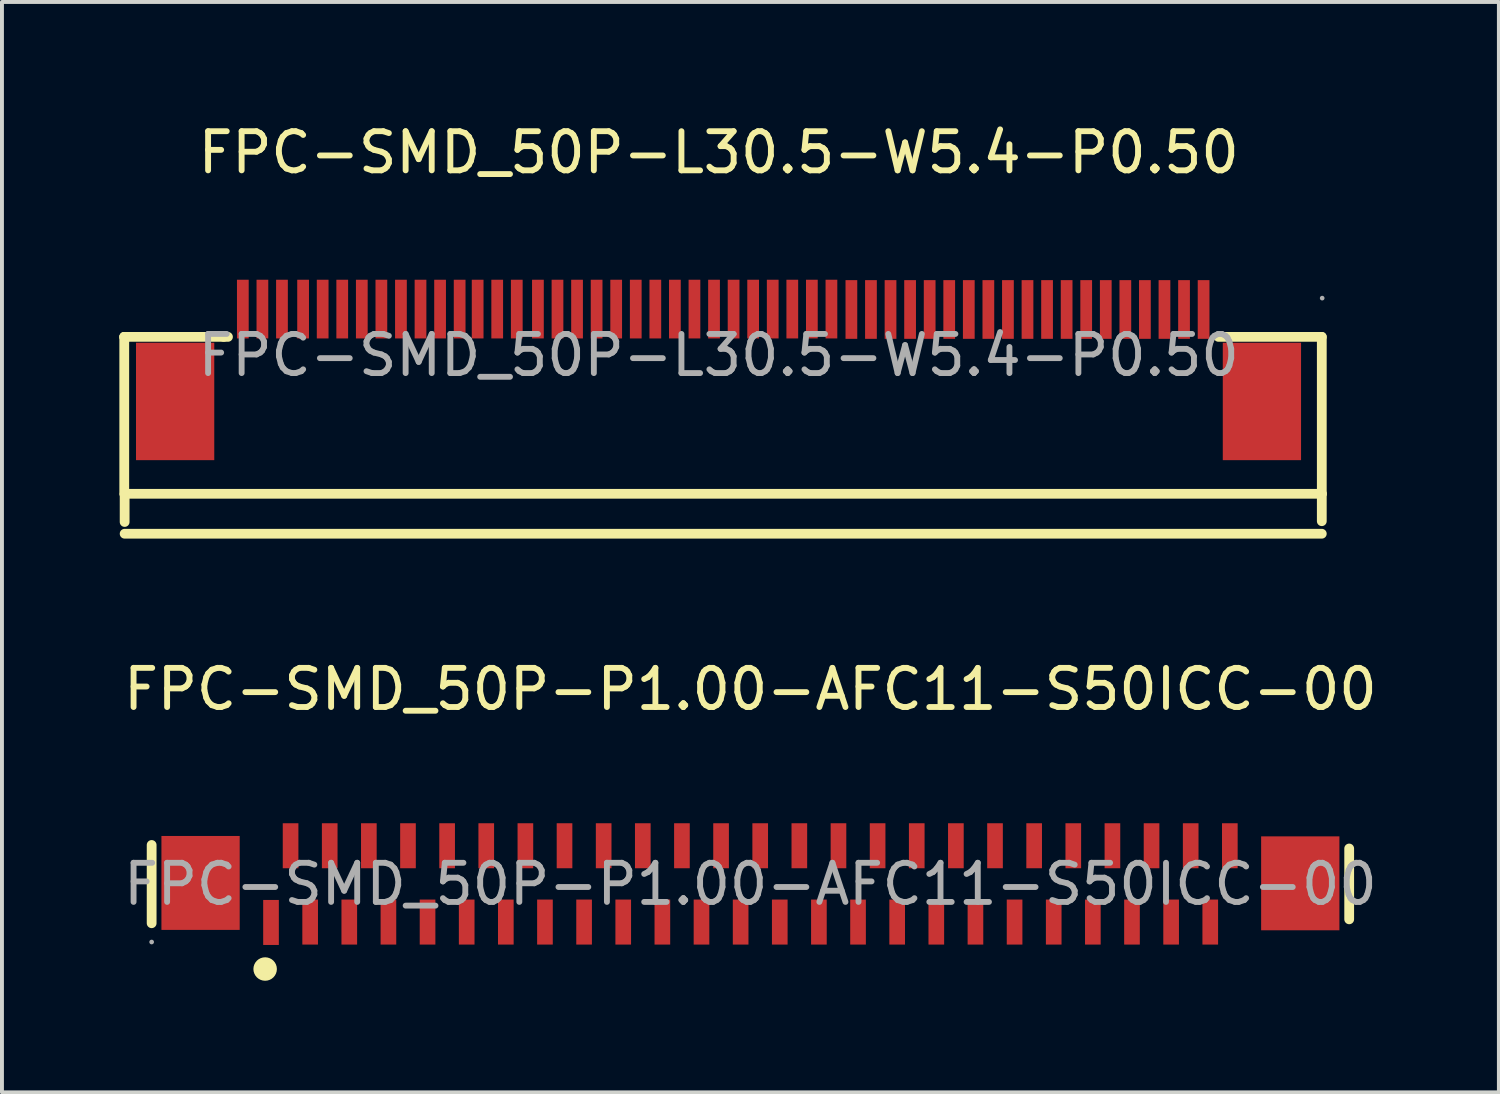
<source format=kicad_pcb>
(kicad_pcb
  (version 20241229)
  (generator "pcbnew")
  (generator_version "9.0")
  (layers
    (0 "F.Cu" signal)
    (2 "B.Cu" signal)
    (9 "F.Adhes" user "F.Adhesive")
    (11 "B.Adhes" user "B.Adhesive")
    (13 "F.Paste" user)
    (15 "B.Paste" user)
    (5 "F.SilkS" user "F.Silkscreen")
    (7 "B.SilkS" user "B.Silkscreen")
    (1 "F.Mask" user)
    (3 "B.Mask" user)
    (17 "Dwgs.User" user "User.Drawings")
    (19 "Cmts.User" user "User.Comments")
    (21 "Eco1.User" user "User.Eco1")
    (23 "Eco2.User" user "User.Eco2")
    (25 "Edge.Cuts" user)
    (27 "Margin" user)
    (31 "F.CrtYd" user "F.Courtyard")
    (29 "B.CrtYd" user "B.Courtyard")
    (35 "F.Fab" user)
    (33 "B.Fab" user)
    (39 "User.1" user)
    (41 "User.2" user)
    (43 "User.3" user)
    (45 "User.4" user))
  (footprint "FPC-SMD_50P-P1.00-AFC11-S50ICC-00"
    (layer "F.Cu")
    (at 16.125 19.541)
    (property "Reference" "FPC-SMD_50P-P1.00-AFC11-S50ICC-00" (at 0 -4.98 0) (layer "F.SilkS") (effects (font (size 1 1) (thickness 0.15))))
    (attr through_hole)
    (fp_line (start -15.3 -1) (end -15.3 1) (stroke (width 0.25) (type solid)) (layer "F.SilkS"))
    (fp_line (start 15.3 0.9) (end 15.3 -0.91) (stroke (width 0.25) (type solid)) (layer "F.SilkS"))
    (fp_arc (start -12.4 2.17) (mid -12.4 2.17) (end -12.4 2.17) (stroke (width 0.3) (type solid)) (layer "F.SilkS"))
    (fp_circle (center -15.3 1.48) (end -15.27 1.48) (stroke (width 0.06) (type solid)) (fill no) (layer "F.Fab"))
    (fp_text user "${REFERENCE}" (at 0 0 0) (layer "F.Fab") (effects (font (size 1 1) (thickness 0.15))))
    (pad "1" smd rect (at -12.25 0.98) (size 0.4 1.15) (layers "F.Cu" "F.Mask" "F.Paste"))
    (pad "2" smd rect (at -11.75 -0.98) (size 0.4 1.15) (layers "F.Cu" "F.Mask" "F.Paste"))
    (pad "3" smd rect (at -11.25 0.97) (size 0.4 1.15) (layers "F.Cu" "F.Mask" "F.Paste"))
    (pad "4" smd rect (at -10.75 -0.98) (size 0.4 1.15) (layers "F.Cu" "F.Mask" "F.Paste"))
    (pad "5" smd rect (at -10.25 0.97) (size 0.4 1.15) (layers "F.Cu" "F.Mask" "F.Paste"))
    (pad "6" smd rect (at -9.75 -0.98) (size 0.4 1.15) (layers "F.Cu" "F.Mask" "F.Paste"))
    (pad "7" smd rect (at -9.25 0.97) (size 0.4 1.15) (layers "F.Cu" "F.Mask" "F.Paste"))
    (pad "8" smd rect (at -8.75 -0.98) (size 0.4 1.15) (layers "F.Cu" "F.Mask" "F.Paste"))
    (pad "9" smd rect (at -8.25 0.97) (size 0.4 1.15) (layers "F.Cu" "F.Mask" "F.Paste"))
    (pad "10" smd rect (at -7.75 -0.98) (size 0.4 1.15) (layers "F.Cu" "F.Mask" "F.Paste"))
    (pad "11" smd rect (at -7.25 0.97) (size 0.4 1.15) (layers "F.Cu" "F.Mask" "F.Paste"))
    (pad "12" smd rect (at -6.75 -0.98) (size 0.4 1.15) (layers "F.Cu" "F.Mask" "F.Paste"))
    (pad "13" smd rect (at -6.25 0.97) (size 0.4 1.15) (layers "F.Cu" "F.Mask" "F.Paste"))
    (pad "14" smd rect (at -5.75 -0.98) (size 0.4 1.15) (layers "F.Cu" "F.Mask" "F.Paste"))
    (pad "15" smd rect (at -5.25 0.97) (size 0.4 1.15) (layers "F.Cu" "F.Mask" "F.Paste"))
    (pad "16" smd rect (at -4.75 -0.98) (size 0.4 1.15) (layers "F.Cu" "F.Mask" "F.Paste"))
    (pad "17" smd rect (at -4.25 0.97) (size 0.4 1.15) (layers "F.Cu" "F.Mask" "F.Paste"))
    (pad "18" smd rect (at -3.75 -0.98) (size 0.4 1.15) (layers "F.Cu" "F.Mask" "F.Paste"))
    (pad "19" smd rect (at -3.25 0.97) (size 0.4 1.15) (layers "F.Cu" "F.Mask" "F.Paste"))
    (pad "20" smd rect (at -2.75 -0.98) (size 0.4 1.15) (layers "F.Cu" "F.Mask" "F.Paste"))
    (pad "21" smd rect (at -2.25 0.97) (size 0.4 1.15) (layers "F.Cu" "F.Mask" "F.Paste"))
    (pad "22" smd rect (at -1.75 -0.98) (size 0.4 1.15) (layers "F.Cu" "F.Mask" "F.Paste"))
    (pad "23" smd rect (at -1.25 0.97) (size 0.4 1.15) (layers "F.Cu" "F.Mask" "F.Paste"))
    (pad "24" smd rect (at -0.75 -0.98) (size 0.4 1.15) (layers "F.Cu" "F.Mask" "F.Paste"))
    (pad "25" smd rect (at -0.25 0.97) (size 0.4 1.15) (layers "F.Cu" "F.Mask" "F.Paste"))
    (pad "26" smd rect (at 0.25 -0.98) (size 0.4 1.15) (layers "F.Cu" "F.Mask" "F.Paste"))
    (pad "27" smd rect (at 0.75 0.97) (size 0.4 1.15) (layers "F.Cu" "F.Mask" "F.Paste"))
    (pad "28" smd rect (at 1.25 -0.98) (size 0.4 1.15) (layers "F.Cu" "F.Mask" "F.Paste"))
    (pad "29" smd rect (at 1.75 0.97) (size 0.4 1.15) (layers "F.Cu" "F.Mask" "F.Paste"))
    (pad "30" smd rect (at 2.25 -0.98) (size 0.4 1.15) (layers "F.Cu" "F.Mask" "F.Paste"))
    (pad "31" smd rect (at 2.75 0.97) (size 0.4 1.15) (layers "F.Cu" "F.Mask" "F.Paste"))
    (pad "32" smd rect (at 3.25 -0.98) (size 0.4 1.15) (layers "F.Cu" "F.Mask" "F.Paste"))
    (pad "33" smd rect (at 3.75 0.97) (size 0.4 1.15) (layers "F.Cu" "F.Mask" "F.Paste"))
    (pad "34" smd rect (at 4.25 -0.98) (size 0.4 1.15) (layers "F.Cu" "F.Mask" "F.Paste"))
    (pad "35" smd rect (at 4.75 0.97) (size 0.4 1.15) (layers "F.Cu" "F.Mask" "F.Paste"))
    (pad "36" smd rect (at 5.25 -0.98) (size 0.4 1.15) (layers "F.Cu" "F.Mask" "F.Paste"))
    (pad "37" smd rect (at 5.75 0.97) (size 0.4 1.15) (layers "F.Cu" "F.Mask" "F.Paste"))
    (pad "38" smd rect (at 6.25 -0.98) (size 0.4 1.15) (layers "F.Cu" "F.Mask" "F.Paste"))
    (pad "39" smd rect (at 6.75 0.97) (size 0.4 1.15) (layers "F.Cu" "F.Mask" "F.Paste"))
    (pad "40" smd rect (at 7.25 -0.98) (size 0.4 1.15) (layers "F.Cu" "F.Mask" "F.Paste"))
    (pad "41" smd rect (at 7.75 0.97) (size 0.4 1.15) (layers "F.Cu" "F.Mask" "F.Paste"))
    (pad "42" smd rect (at 8.25 -0.98) (size 0.4 1.15) (layers "F.Cu" "F.Mask" "F.Paste"))
    (pad "43" smd rect (at 8.75 0.97) (size 0.4 1.15) (layers "F.Cu" "F.Mask" "F.Paste"))
    (pad "44" smd rect (at 9.25 -0.98) (size 0.4 1.15) (layers "F.Cu" "F.Mask" "F.Paste"))
    (pad "45" smd rect (at 9.75 0.97) (size 0.4 1.15) (layers "F.Cu" "F.Mask" "F.Paste"))
    (pad "46" smd rect (at 10.25 -0.98) (size 0.4 1.15) (layers "F.Cu" "F.Mask" "F.Paste"))
    (pad "47" smd rect (at 10.75 0.97) (size 0.4 1.15) (layers "F.Cu" "F.Mask" "F.Paste"))
    (pad "48" smd rect (at 11.25 -0.98) (size 0.4 1.15) (layers "F.Cu" "F.Mask" "F.Paste"))
    (pad "49" smd rect (at 11.75 0.97) (size 0.4 1.15) (layers "F.Cu" "F.Mask" "F.Paste"))
    (pad "50" smd rect (at 12.25 -0.98) (size 0.4 1.15) (layers "F.Cu" "F.Mask" "F.Paste"))
    (pad "51" smd rect (at 14.05 -0.02 90) (size 2.4 2) (layers "F.Cu" "F.Mask" "F.Paste"))
    (pad "52" smd rect (at -14.05 -0.03 90) (size 2.4 2) (layers "F.Cu" "F.Mask" "F.Paste")))
  (footprint "FPC-SMD_50P-L30.5-W5.4-P0.50"
    (layer "F.Cu")
    (at 15.315 6.028)
    (property "Reference" "FPC-SMD_50P-L30.5-W5.4-P0.50" (at 0 -5.18 0) (layer "F.SilkS") (effects (font (size 1 1) (thickness 0.15))))
    (attr through_hole)
    (fp_line (start -15.19 -0.47) (end -15.19 3.54) (stroke (width 0.25) (type solid)) (layer "F.SilkS"))
    (fp_line (start -15.19 -0.47) (end -15.12 -0.47) (stroke (width 0.25) (type solid)) (layer "F.SilkS"))
    (fp_line (start -15.19 -0.47) (end -12.65 -0.47) (stroke (width 0.25) (type solid)) (layer "F.SilkS"))
    (fp_line (start -15.18 3.54) (end 15.41 3.54) (stroke (width 0.25) (type solid)) (layer "F.SilkS"))
    (fp_line (start -15.18 3.56) (end -15.18 4.26) (stroke (width 0.25) (type solid)) (layer "F.SilkS"))
    (fp_line (start -15.18 4.56) (end 15.41 4.56) (stroke (width 0.25) (type solid)) (layer "F.SilkS"))
    (fp_line (start -12.65 -0.47) (end -12.54 -0.47) (stroke (width 0.25) (type solid)) (layer "F.SilkS"))
    (fp_line (start 12.77 -0.47) (end 15.41 -0.47) (stroke (width 0.25) (type solid)) (layer "F.SilkS"))
    (fp_line (start 15.41 -0.47) (end 15.41 3.54) (stroke (width 0.25) (type solid)) (layer "F.SilkS"))
    (fp_line (start 15.41 3.54) (end 15.41 4.24) (stroke (width 0.25) (type solid)) (layer "F.SilkS"))
    (fp_circle (center 15.42 -1.46) (end 15.45 -1.46) (stroke (width 0.06) (type solid)) (fill no) (layer "F.Fab"))
    (fp_text user "${REFERENCE}" (at 0 0 0) (layer "F.Fab") (effects (font (size 1 1) (thickness 0.15))))
    (pad "1" smd rect (at 12.39 -1.17 180) (size 0.3 1.5) (layers "F.Cu" "F.Mask" "F.Paste"))
    (pad "2" smd rect (at 11.89 -1.17 180) (size 0.3 1.5) (layers "F.Cu" "F.Mask" "F.Paste"))
    (pad "3" smd rect (at 11.39 -1.17 180) (size 0.3 1.5) (layers "F.Cu" "F.Mask" "F.Paste"))
    (pad "4" smd rect (at 10.89 -1.17 180) (size 0.3 1.5) (layers "F.Cu" "F.Mask" "F.Paste"))
    (pad "5" smd rect (at 10.39 -1.17 180) (size 0.3 1.5) (layers "F.Cu" "F.Mask" "F.Paste"))
    (pad "6" smd rect (at 9.89 -1.17 180) (size 0.3 1.5) (layers "F.Cu" "F.Mask" "F.Paste"))
    (pad "7" smd rect (at 9.39 -1.17 180) (size 0.3 1.5) (layers "F.Cu" "F.Mask" "F.Paste"))
    (pad "8" smd rect (at 8.89 -1.17 180) (size 0.3 1.5) (layers "F.Cu" "F.Mask" "F.Paste"))
    (pad "9" smd rect (at 8.39 -1.17 180) (size 0.3 1.5) (layers "F.Cu" "F.Mask" "F.Paste"))
    (pad "10" smd rect (at 7.89 -1.17 180) (size 0.3 1.5) (layers "F.Cu" "F.Mask" "F.Paste"))
    (pad "11" smd rect (at 7.39 -1.17 180) (size 0.3 1.5) (layers "F.Cu" "F.Mask" "F.Paste"))
    (pad "12" smd rect (at 6.89 -1.17 180) (size 0.3 1.5) (layers "F.Cu" "F.Mask" "F.Paste"))
    (pad "13" smd rect (at 6.39 -1.17 180) (size 0.3 1.5) (layers "F.Cu" "F.Mask" "F.Paste"))
    (pad "14" smd rect (at 5.89 -1.17 180) (size 0.3 1.5) (layers "F.Cu" "F.Mask" "F.Paste"))
    (pad "15" smd rect (at 5.39 -1.17 180) (size 0.3 1.5) (layers "F.Cu" "F.Mask" "F.Paste"))
    (pad "16" smd rect (at 4.89 -1.17 180) (size 0.3 1.5) (layers "F.Cu" "F.Mask" "F.Paste"))
    (pad "17" smd rect (at 4.39 -1.17 180) (size 0.3 1.5) (layers "F.Cu" "F.Mask" "F.Paste"))
    (pad "18" smd rect (at 3.89 -1.17 180) (size 0.3 1.5) (layers "F.Cu" "F.Mask" "F.Paste"))
    (pad "19" smd rect (at 3.39 -1.17 180) (size 0.3 1.5) (layers "F.Cu" "F.Mask" "F.Paste"))
    (pad "20" smd rect (at 2.88 -1.18 180) (size 0.3 1.5) (layers "F.Cu" "F.Mask" "F.Paste"))
    (pad "21" smd rect (at 2.38 -1.18 180) (size 0.3 1.5) (layers "F.Cu" "F.Mask" "F.Paste"))
    (pad "22" smd rect (at 1.88 -1.18 180) (size 0.3 1.5) (layers "F.Cu" "F.Mask" "F.Paste"))
    (pad "23" smd rect (at 1.38 -1.18 180) (size 0.3 1.5) (layers "F.Cu" "F.Mask" "F.Paste"))
    (pad "24" smd rect (at 0.88 -1.18 180) (size 0.3 1.5) (layers "F.Cu" "F.Mask" "F.Paste"))
    (pad "25" smd rect (at 0.38 -1.18 180) (size 0.3 1.5) (layers "F.Cu" "F.Mask" "F.Paste"))
    (pad "26" smd rect (at -0.12 -1.18 180) (size 0.3 1.5) (layers "F.Cu" "F.Mask" "F.Paste"))
    (pad "27" smd rect (at -0.62 -1.18 180) (size 0.3 1.5) (layers "F.Cu" "F.Mask" "F.Paste"))
    (pad "28" smd rect (at -1.12 -1.18 180) (size 0.3 1.5) (layers "F.Cu" "F.Mask" "F.Paste"))
    (pad "29" smd rect (at -1.62 -1.18 180) (size 0.3 1.5) (layers "F.Cu" "F.Mask" "F.Paste"))
    (pad "30" smd rect (at -2.12 -1.18 180) (size 0.3 1.5) (layers "F.Cu" "F.Mask" "F.Paste"))
    (pad "31" smd rect (at -2.62 -1.18 180) (size 0.3 1.5) (layers "F.Cu" "F.Mask" "F.Paste"))
    (pad "32" smd rect (at -3.12 -1.18 180) (size 0.3 1.5) (layers "F.Cu" "F.Mask" "F.Paste"))
    (pad "33" smd rect (at -3.62 -1.18 180) (size 0.3 1.5) (layers "F.Cu" "F.Mask" "F.Paste"))
    (pad "34" smd rect (at -4.12 -1.18 180) (size 0.3 1.5) (layers "F.Cu" "F.Mask" "F.Paste"))
    (pad "35" smd rect (at -4.62 -1.18 180) (size 0.3 1.5) (layers "F.Cu" "F.Mask" "F.Paste"))
    (pad "36" smd rect (at -5.16 -1.18 180) (size 0.3 1.5) (layers "F.Cu" "F.Mask" "F.Paste"))
    (pad "37" smd rect (at -5.66 -1.18 180) (size 0.3 1.5) (layers "F.Cu" "F.Mask" "F.Paste"))
    (pad "38" smd rect (at -6.16 -1.18 180) (size 0.3 1.5) (layers "F.Cu" "F.Mask" "F.Paste"))
    (pad "39" smd rect (at -6.62 -1.18 180) (size 0.3 1.5) (layers "F.Cu" "F.Mask" "F.Paste"))
    (pad "40" smd rect (at -7.12 -1.18 180) (size 0.3 1.5) (layers "F.Cu" "F.Mask" "F.Paste"))
    (pad "41" smd rect (at -7.62 -1.18 180) (size 0.3 1.5) (layers "F.Cu" "F.Mask" "F.Paste"))
    (pad "42" smd rect (at -8.12 -1.18 180) (size 0.3 1.5) (layers "F.Cu" "F.Mask" "F.Paste"))
    (pad "43" smd rect (at -8.62 -1.18 180) (size 0.3 1.5) (layers "F.Cu" "F.Mask" "F.Paste"))
    (pad "44" smd rect (at -9.12 -1.18 180) (size 0.3 1.5) (layers "F.Cu" "F.Mask" "F.Paste"))
    (pad "45" smd rect (at -9.62 -1.18 180) (size 0.3 1.5) (layers "F.Cu" "F.Mask" "F.Paste"))
    (pad "46" smd rect (at -10.12 -1.18 180) (size 0.3 1.5) (layers "F.Cu" "F.Mask" "F.Paste"))
    (pad "47" smd rect (at -10.62 -1.18 180) (size 0.3 1.5) (layers "F.Cu" "F.Mask" "F.Paste"))
    (pad "48" smd rect (at -11.16 -1.18 180) (size 0.3 1.5) (layers "F.Cu" "F.Mask" "F.Paste"))
    (pad "49" smd rect (at -11.66 -1.18 180) (size 0.3 1.5) (layers "F.Cu" "F.Mask" "F.Paste"))
    (pad "50" smd rect (at -12.16 -1.18 180) (size 0.3 1.5) (layers "F.Cu" "F.Mask" "F.Paste"))
    (pad "51" smd rect (at -13.89 1.18) (size 2 3) (layers "F.Cu" "F.Mask" "F.Paste"))
    (pad "52" smd rect (at 13.88 1.18 180) (size 2 3) (layers "F.Cu" "F.Mask" "F.Paste")))
  (gr_rect
    (start -3 -3)
    (end 35.25 24.862)
    (stroke (width 0.1) (type default))
    (fill no)
    (layer "Edge.Cuts")))
</source>
